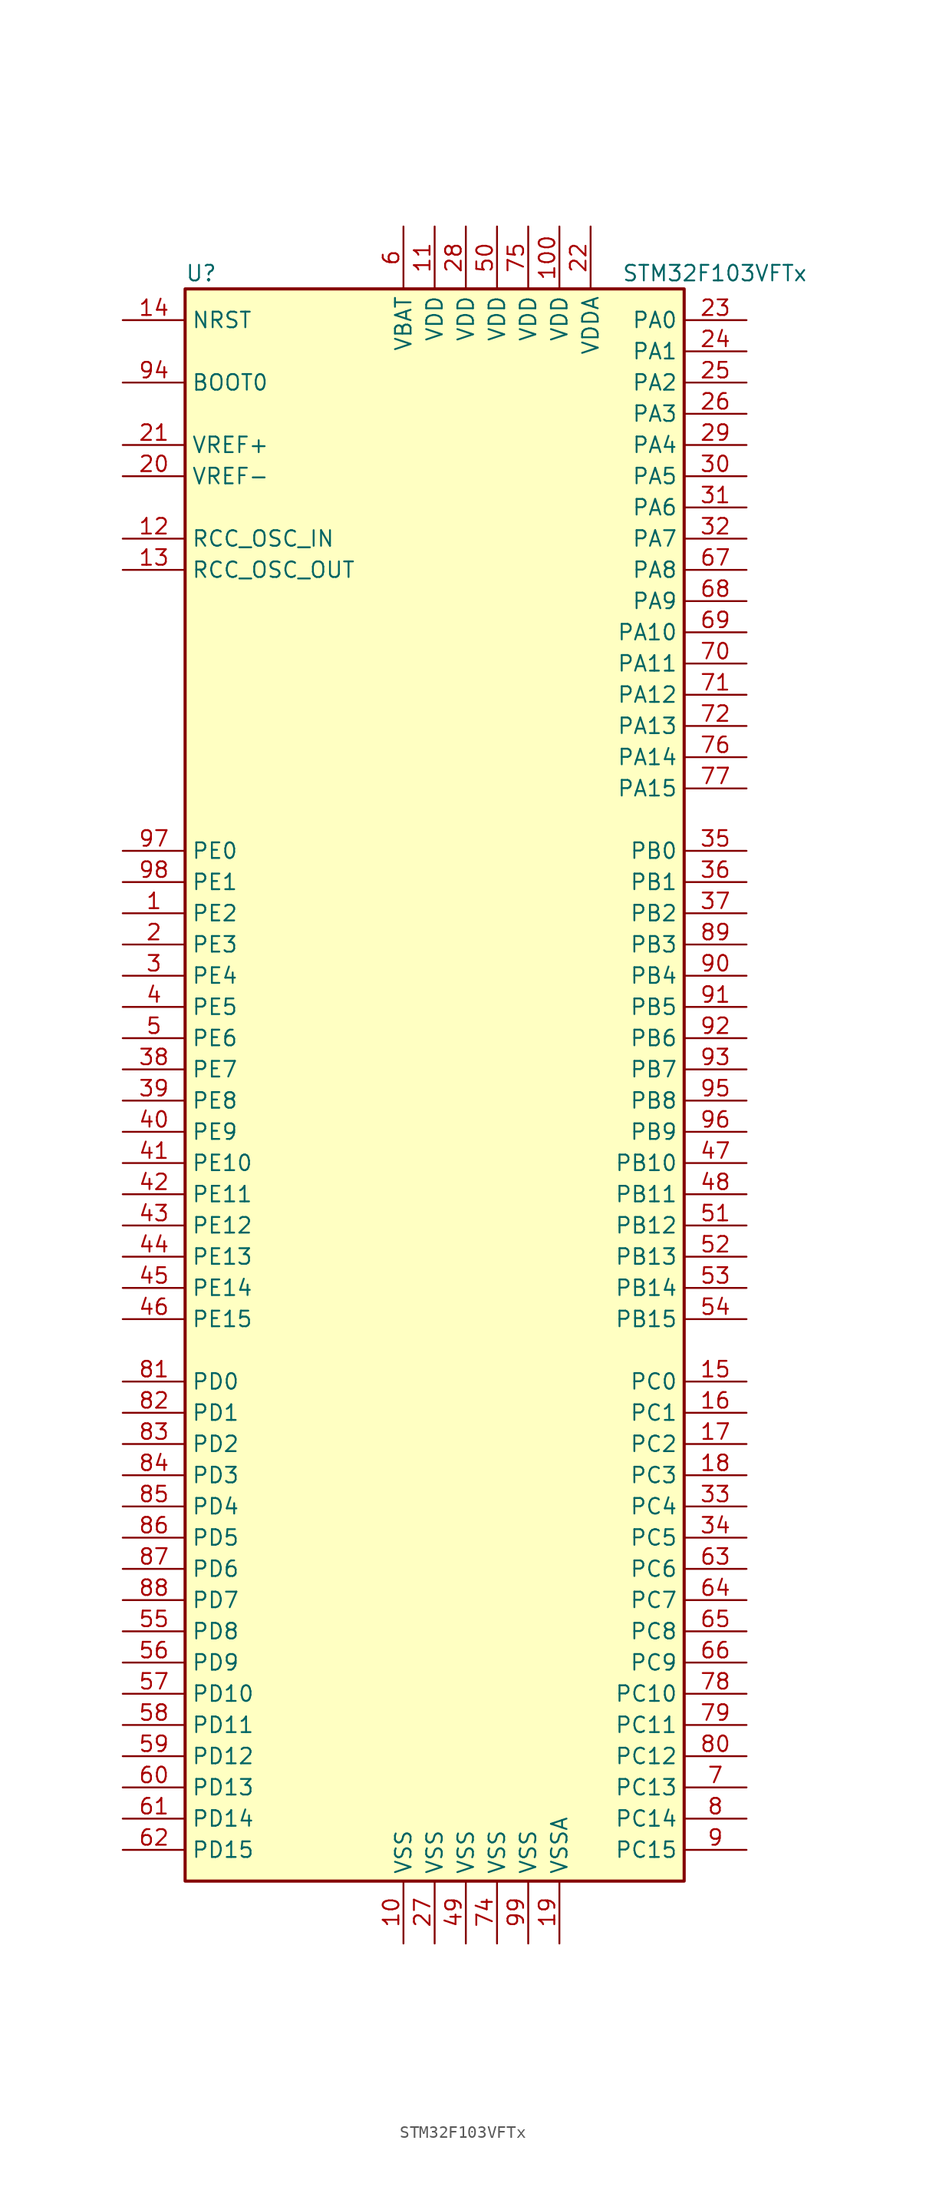
<source format=kicad_sym>
(kicad_symbol_lib
  (version 20201005)
  (generator kicad_symbol_editor)
  (symbol "STM32F103VFTx"
    (property "Reference" "U"
      (at -20.32 64.77 0)
      (effects (font (size 1.27 1.27)) (justify left)))
    (property "Value" "STM32F103VFTx"
      (at 15.24 64.77 0)
      (effects (font (size 1.27 1.27)) (justify left)))
    (symbol "STM32F103VFTx_0_1"
      (rectangle (start -20.32 -66.04) (end 20.32 63.5) (stroke (width 0.254)) (fill (type background))))
    (symbol "STM32F103VFTx_1_1"
      (pin bidirectional line (at -25.4 12.7 0) (length 5.08) (name "PE2" (effects (font (size 1.27 1.27)))) (number "1" (effects (font (size 1.27 1.27)))))
      (pin power_in line (at -2.54 -71.12 90) (length 5.08) (name "VSS" (effects (font (size 1.27 1.27)))) (number "10" (effects (font (size 1.27 1.27)))))
      (pin power_in line (at 10.16 68.58 270) (length 5.08) (name "VDD" (effects (font (size 1.27 1.27)))) (number "100" (effects (font (size 1.27 1.27)))))
      (pin power_in line (at 0 68.58 270) (length 5.08) (name "VDD" (effects (font (size 1.27 1.27)))) (number "11" (effects (font (size 1.27 1.27)))))
      (pin input line (at -25.4 43.18 0) (length 5.08) (name "RCC_OSC_IN" (effects (font (size 1.27 1.27)))) (number "12" (effects (font (size 1.27 1.27)))))
      (pin input line (at -25.4 40.64 0) (length 5.08) (name "RCC_OSC_OUT" (effects (font (size 1.27 1.27)))) (number "13" (effects (font (size 1.27 1.27)))))
      (pin input line (at -25.4 60.96 0) (length 5.08) (name "NRST" (effects (font (size 1.27 1.27)))) (number "14" (effects (font (size 1.27 1.27)))))
      (pin bidirectional line (at 25.4 -25.4 180) (length 5.08) (name "PC0" (effects (font (size 1.27 1.27)))) (number "15" (effects (font (size 1.27 1.27)))))
      (pin bidirectional line (at 25.4 -27.94 180) (length 5.08) (name "PC1" (effects (font (size 1.27 1.27)))) (number "16" (effects (font (size 1.27 1.27)))))
      (pin bidirectional line (at 25.4 -30.48 180) (length 5.08) (name "PC2" (effects (font (size 1.27 1.27)))) (number "17" (effects (font (size 1.27 1.27)))))
      (pin bidirectional line (at 25.4 -33.02 180) (length 5.08) (name "PC3" (effects (font (size 1.27 1.27)))) (number "18" (effects (font (size 1.27 1.27)))))
      (pin power_in line (at 10.16 -71.12 90) (length 5.08) (name "VSSA" (effects (font (size 1.27 1.27)))) (number "19" (effects (font (size 1.27 1.27)))))
      (pin bidirectional line (at -25.4 10.16 0) (length 5.08) (name "PE3" (effects (font (size 1.27 1.27)))) (number "2" (effects (font (size 1.27 1.27)))))
      (pin power_in line (at -25.4 48.26 0) (length 5.08) (name "VREF-" (effects (font (size 1.27 1.27)))) (number "20" (effects (font (size 1.27 1.27)))))
      (pin power_in line (at -25.4 50.8 0) (length 5.08) (name "VREF+" (effects (font (size 1.27 1.27)))) (number "21" (effects (font (size 1.27 1.27)))))
      (pin power_in line (at 12.7 68.58 270) (length 5.08) (name "VDDA" (effects (font (size 1.27 1.27)))) (number "22" (effects (font (size 1.27 1.27)))))
      (pin bidirectional line (at 25.4 60.96 180) (length 5.08) (name "PA0" (effects (font (size 1.27 1.27)))) (number "23" (effects (font (size 1.27 1.27)))))
      (pin bidirectional line (at 25.4 58.42 180) (length 5.08) (name "PA1" (effects (font (size 1.27 1.27)))) (number "24" (effects (font (size 1.27 1.27)))))
      (pin bidirectional line (at 25.4 55.88 180) (length 5.08) (name "PA2" (effects (font (size 1.27 1.27)))) (number "25" (effects (font (size 1.27 1.27)))))
      (pin bidirectional line (at 25.4 53.34 180) (length 5.08) (name "PA3" (effects (font (size 1.27 1.27)))) (number "26" (effects (font (size 1.27 1.27)))))
      (pin power_in line (at 0 -71.12 90) (length 5.08) (name "VSS" (effects (font (size 1.27 1.27)))) (number "27" (effects (font (size 1.27 1.27)))))
      (pin power_in line (at 2.54 68.58 270) (length 5.08) (name "VDD" (effects (font (size 1.27 1.27)))) (number "28" (effects (font (size 1.27 1.27)))))
      (pin bidirectional line (at 25.4 50.8 180) (length 5.08) (name "PA4" (effects (font (size 1.27 1.27)))) (number "29" (effects (font (size 1.27 1.27)))))
      (pin bidirectional line (at -25.4 7.62 0) (length 5.08) (name "PE4" (effects (font (size 1.27 1.27)))) (number "3" (effects (font (size 1.27 1.27)))))
      (pin bidirectional line (at 25.4 48.26 180) (length 5.08) (name "PA5" (effects (font (size 1.27 1.27)))) (number "30" (effects (font (size 1.27 1.27)))))
      (pin bidirectional line (at 25.4 45.72 180) (length 5.08) (name "PA6" (effects (font (size 1.27 1.27)))) (number "31" (effects (font (size 1.27 1.27)))))
      (pin bidirectional line (at 25.4 43.18 180) (length 5.08) (name "PA7" (effects (font (size 1.27 1.27)))) (number "32" (effects (font (size 1.27 1.27)))))
      (pin bidirectional line (at 25.4 -35.56 180) (length 5.08) (name "PC4" (effects (font (size 1.27 1.27)))) (number "33" (effects (font (size 1.27 1.27)))))
      (pin bidirectional line (at 25.4 -38.1 180) (length 5.08) (name "PC5" (effects (font (size 1.27 1.27)))) (number "34" (effects (font (size 1.27 1.27)))))
      (pin bidirectional line (at 25.4 17.78 180) (length 5.08) (name "PB0" (effects (font (size 1.27 1.27)))) (number "35" (effects (font (size 1.27 1.27)))))
      (pin bidirectional line (at 25.4 15.24 180) (length 5.08) (name "PB1" (effects (font (size 1.27 1.27)))) (number "36" (effects (font (size 1.27 1.27)))))
      (pin bidirectional line (at 25.4 12.7 180) (length 5.08) (name "PB2" (effects (font (size 1.27 1.27)))) (number "37" (effects (font (size 1.27 1.27)))))
      (pin bidirectional line (at -25.4 0 0) (length 5.08) (name "PE7" (effects (font (size 1.27 1.27)))) (number "38" (effects (font (size 1.27 1.27)))))
      (pin bidirectional line (at -25.4 -2.54 0) (length 5.08) (name "PE8" (effects (font (size 1.27 1.27)))) (number "39" (effects (font (size 1.27 1.27)))))
      (pin bidirectional line (at -25.4 5.08 0) (length 5.08) (name "PE5" (effects (font (size 1.27 1.27)))) (number "4" (effects (font (size 1.27 1.27)))))
      (pin bidirectional line (at -25.4 -5.08 0) (length 5.08) (name "PE9" (effects (font (size 1.27 1.27)))) (number "40" (effects (font (size 1.27 1.27)))))
      (pin bidirectional line (at -25.4 -7.62 0) (length 5.08) (name "PE10" (effects (font (size 1.27 1.27)))) (number "41" (effects (font (size 1.27 1.27)))))
      (pin bidirectional line (at -25.4 -10.16 0) (length 5.08) (name "PE11" (effects (font (size 1.27 1.27)))) (number "42" (effects (font (size 1.27 1.27)))))
      (pin bidirectional line (at -25.4 -12.7 0) (length 5.08) (name "PE12" (effects (font (size 1.27 1.27)))) (number "43" (effects (font (size 1.27 1.27)))))
      (pin bidirectional line (at -25.4 -15.24 0) (length 5.08) (name "PE13" (effects (font (size 1.27 1.27)))) (number "44" (effects (font (size 1.27 1.27)))))
      (pin bidirectional line (at -25.4 -17.78 0) (length 5.08) (name "PE14" (effects (font (size 1.27 1.27)))) (number "45" (effects (font (size 1.27 1.27)))))
      (pin bidirectional line (at -25.4 -20.32 0) (length 5.08) (name "PE15" (effects (font (size 1.27 1.27)))) (number "46" (effects (font (size 1.27 1.27)))))
      (pin bidirectional line (at 25.4 -7.62 180) (length 5.08) (name "PB10" (effects (font (size 1.27 1.27)))) (number "47" (effects (font (size 1.27 1.27)))))
      (pin bidirectional line (at 25.4 -10.16 180) (length 5.08) (name "PB11" (effects (font (size 1.27 1.27)))) (number "48" (effects (font (size 1.27 1.27)))))
      (pin power_in line (at 2.54 -71.12 90) (length 5.08) (name "VSS" (effects (font (size 1.27 1.27)))) (number "49" (effects (font (size 1.27 1.27)))))
      (pin bidirectional line (at -25.4 2.54 0) (length 5.08) (name "PE6" (effects (font (size 1.27 1.27)))) (number "5" (effects (font (size 1.27 1.27)))))
      (pin power_in line (at 5.08 68.58 270) (length 5.08) (name "VDD" (effects (font (size 1.27 1.27)))) (number "50" (effects (font (size 1.27 1.27)))))
      (pin bidirectional line (at 25.4 -12.7 180) (length 5.08) (name "PB12" (effects (font (size 1.27 1.27)))) (number "51" (effects (font (size 1.27 1.27)))))
      (pin bidirectional line (at 25.4 -15.24 180) (length 5.08) (name "PB13" (effects (font (size 1.27 1.27)))) (number "52" (effects (font (size 1.27 1.27)))))
      (pin bidirectional line (at 25.4 -17.78 180) (length 5.08) (name "PB14" (effects (font (size 1.27 1.27)))) (number "53" (effects (font (size 1.27 1.27)))))
      (pin bidirectional line (at 25.4 -20.32 180) (length 5.08) (name "PB15" (effects (font (size 1.27 1.27)))) (number "54" (effects (font (size 1.27 1.27)))))
      (pin bidirectional line (at -25.4 -45.72 0) (length 5.08) (name "PD8" (effects (font (size 1.27 1.27)))) (number "55" (effects (font (size 1.27 1.27)))))
      (pin bidirectional line (at -25.4 -48.26 0) (length 5.08) (name "PD9" (effects (font (size 1.27 1.27)))) (number "56" (effects (font (size 1.27 1.27)))))
      (pin bidirectional line (at -25.4 -50.8 0) (length 5.08) (name "PD10" (effects (font (size 1.27 1.27)))) (number "57" (effects (font (size 1.27 1.27)))))
      (pin bidirectional line (at -25.4 -53.34 0) (length 5.08) (name "PD11" (effects (font (size 1.27 1.27)))) (number "58" (effects (font (size 1.27 1.27)))))
      (pin bidirectional line (at -25.4 -55.88 0) (length 5.08) (name "PD12" (effects (font (size 1.27 1.27)))) (number "59" (effects (font (size 1.27 1.27)))))
      (pin power_in line (at -2.54 68.58 270) (length 5.08) (name "VBAT" (effects (font (size 1.27 1.27)))) (number "6" (effects (font (size 1.27 1.27)))))
      (pin bidirectional line (at -25.4 -58.42 0) (length 5.08) (name "PD13" (effects (font (size 1.27 1.27)))) (number "60" (effects (font (size 1.27 1.27)))))
      (pin bidirectional line (at -25.4 -60.96 0) (length 5.08) (name "PD14" (effects (font (size 1.27 1.27)))) (number "61" (effects (font (size 1.27 1.27)))))
      (pin bidirectional line (at -25.4 -63.5 0) (length 5.08) (name "PD15" (effects (font (size 1.27 1.27)))) (number "62" (effects (font (size 1.27 1.27)))))
      (pin bidirectional line (at 25.4 -40.64 180) (length 5.08) (name "PC6" (effects (font (size 1.27 1.27)))) (number "63" (effects (font (size 1.27 1.27)))))
      (pin bidirectional line (at 25.4 -43.18 180) (length 5.08) (name "PC7" (effects (font (size 1.27 1.27)))) (number "64" (effects (font (size 1.27 1.27)))))
      (pin bidirectional line (at 25.4 -45.72 180) (length 5.08) (name "PC8" (effects (font (size 1.27 1.27)))) (number "65" (effects (font (size 1.27 1.27)))))
      (pin bidirectional line (at 25.4 -48.26 180) (length 5.08) (name "PC9" (effects (font (size 1.27 1.27)))) (number "66" (effects (font (size 1.27 1.27)))))
      (pin bidirectional line (at 25.4 40.64 180) (length 5.08) (name "PA8" (effects (font (size 1.27 1.27)))) (number "67" (effects (font (size 1.27 1.27)))))
      (pin bidirectional line (at 25.4 38.1 180) (length 5.08) (name "PA9" (effects (font (size 1.27 1.27)))) (number "68" (effects (font (size 1.27 1.27)))))
      (pin bidirectional line (at 25.4 35.56 180) (length 5.08) (name "PA10" (effects (font (size 1.27 1.27)))) (number "69" (effects (font (size 1.27 1.27)))))
      (pin bidirectional line (at 25.4 -58.42 180) (length 5.08) (name "PC13" (effects (font (size 1.27 1.27)))) (number "7" (effects (font (size 1.27 1.27)))))
      (pin bidirectional line (at 25.4 33.02 180) (length 5.08) (name "PA11" (effects (font (size 1.27 1.27)))) (number "70" (effects (font (size 1.27 1.27)))))
      (pin bidirectional line (at 25.4 30.48 180) (length 5.08) (name "PA12" (effects (font (size 1.27 1.27)))) (number "71" (effects (font (size 1.27 1.27)))))
      (pin bidirectional line (at 25.4 27.94 180) (length 5.08) (name "PA13" (effects (font (size 1.27 1.27)))) (number "72" (effects (font (size 1.27 1.27)))))
      (pin no_connect line (at -20.32 -63.5 0) (length 5.08) hide (name "NC" (effects (font (size 1.27 1.27)))) (number "73" (effects (font (size 1.27 1.27)))))
      (pin power_in line (at 5.08 -71.12 90) (length 5.08) (name "VSS" (effects (font (size 1.27 1.27)))) (number "74" (effects (font (size 1.27 1.27)))))
      (pin power_in line (at 7.62 68.58 270) (length 5.08) (name "VDD" (effects (font (size 1.27 1.27)))) (number "75" (effects (font (size 1.27 1.27)))))
      (pin bidirectional line (at 25.4 25.4 180) (length 5.08) (name "PA14" (effects (font (size 1.27 1.27)))) (number "76" (effects (font (size 1.27 1.27)))))
      (pin bidirectional line (at 25.4 22.86 180) (length 5.08) (name "PA15" (effects (font (size 1.27 1.27)))) (number "77" (effects (font (size 1.27 1.27)))))
      (pin bidirectional line (at 25.4 -50.8 180) (length 5.08) (name "PC10" (effects (font (size 1.27 1.27)))) (number "78" (effects (font (size 1.27 1.27)))))
      (pin bidirectional line (at 25.4 -53.34 180) (length 5.08) (name "PC11" (effects (font (size 1.27 1.27)))) (number "79" (effects (font (size 1.27 1.27)))))
      (pin bidirectional line (at 25.4 -60.96 180) (length 5.08) (name "PC14" (effects (font (size 1.27 1.27)))) (number "8" (effects (font (size 1.27 1.27)))))
      (pin bidirectional line (at 25.4 -55.88 180) (length 5.08) (name "PC12" (effects (font (size 1.27 1.27)))) (number "80" (effects (font (size 1.27 1.27)))))
      (pin bidirectional line (at -25.4 -25.4 0) (length 5.08) (name "PD0" (effects (font (size 1.27 1.27)))) (number "81" (effects (font (size 1.27 1.27)))))
      (pin bidirectional line (at -25.4 -27.94 0) (length 5.08) (name "PD1" (effects (font (size 1.27 1.27)))) (number "82" (effects (font (size 1.27 1.27)))))
      (pin bidirectional line (at -25.4 -30.48 0) (length 5.08) (name "PD2" (effects (font (size 1.27 1.27)))) (number "83" (effects (font (size 1.27 1.27)))))
      (pin bidirectional line (at -25.4 -33.02 0) (length 5.08) (name "PD3" (effects (font (size 1.27 1.27)))) (number "84" (effects (font (size 1.27 1.27)))))
      (pin bidirectional line (at -25.4 -35.56 0) (length 5.08) (name "PD4" (effects (font (size 1.27 1.27)))) (number "85" (effects (font (size 1.27 1.27)))))
      (pin bidirectional line (at -25.4 -38.1 0) (length 5.08) (name "PD5" (effects (font (size 1.27 1.27)))) (number "86" (effects (font (size 1.27 1.27)))))
      (pin bidirectional line (at -25.4 -40.64 0) (length 5.08) (name "PD6" (effects (font (size 1.27 1.27)))) (number "87" (effects (font (size 1.27 1.27)))))
      (pin bidirectional line (at -25.4 -43.18 0) (length 5.08) (name "PD7" (effects (font (size 1.27 1.27)))) (number "88" (effects (font (size 1.27 1.27)))))
      (pin bidirectional line (at 25.4 10.16 180) (length 5.08) (name "PB3" (effects (font (size 1.27 1.27)))) (number "89" (effects (font (size 1.27 1.27)))))
      (pin bidirectional line (at 25.4 -63.5 180) (length 5.08) (name "PC15" (effects (font (size 1.27 1.27)))) (number "9" (effects (font (size 1.27 1.27)))))
      (pin bidirectional line (at 25.4 7.62 180) (length 5.08) (name "PB4" (effects (font (size 1.27 1.27)))) (number "90" (effects (font (size 1.27 1.27)))))
      (pin bidirectional line (at 25.4 5.08 180) (length 5.08) (name "PB5" (effects (font (size 1.27 1.27)))) (number "91" (effects (font (size 1.27 1.27)))))
      (pin bidirectional line (at 25.4 2.54 180) (length 5.08) (name "PB6" (effects (font (size 1.27 1.27)))) (number "92" (effects (font (size 1.27 1.27)))))
      (pin bidirectional line (at 25.4 0 180) (length 5.08) (name "PB7" (effects (font (size 1.27 1.27)))) (number "93" (effects (font (size 1.27 1.27)))))
      (pin input line (at -25.4 55.88 0) (length 5.08) (name "BOOT0" (effects (font (size 1.27 1.27)))) (number "94" (effects (font (size 1.27 1.27)))))
      (pin bidirectional line (at 25.4 -2.54 180) (length 5.08) (name "PB8" (effects (font (size 1.27 1.27)))) (number "95" (effects (font (size 1.27 1.27)))))
      (pin bidirectional line (at 25.4 -5.08 180) (length 5.08) (name "PB9" (effects (font (size 1.27 1.27)))) (number "96" (effects (font (size 1.27 1.27)))))
      (pin bidirectional line (at -25.4 17.78 0) (length 5.08) (name "PE0" (effects (font (size 1.27 1.27)))) (number "97" (effects (font (size 1.27 1.27)))))
      (pin bidirectional line (at -25.4 15.24 0) (length 5.08) (name "PE1" (effects (font (size 1.27 1.27)))) (number "98" (effects (font (size 1.27 1.27)))))
      (pin power_in line (at 7.62 -71.12 90) (length 5.08) (name "VSS" (effects (font (size 1.27 1.27)))) (number "99" (effects (font (size 1.27 1.27))))))))
</source>
